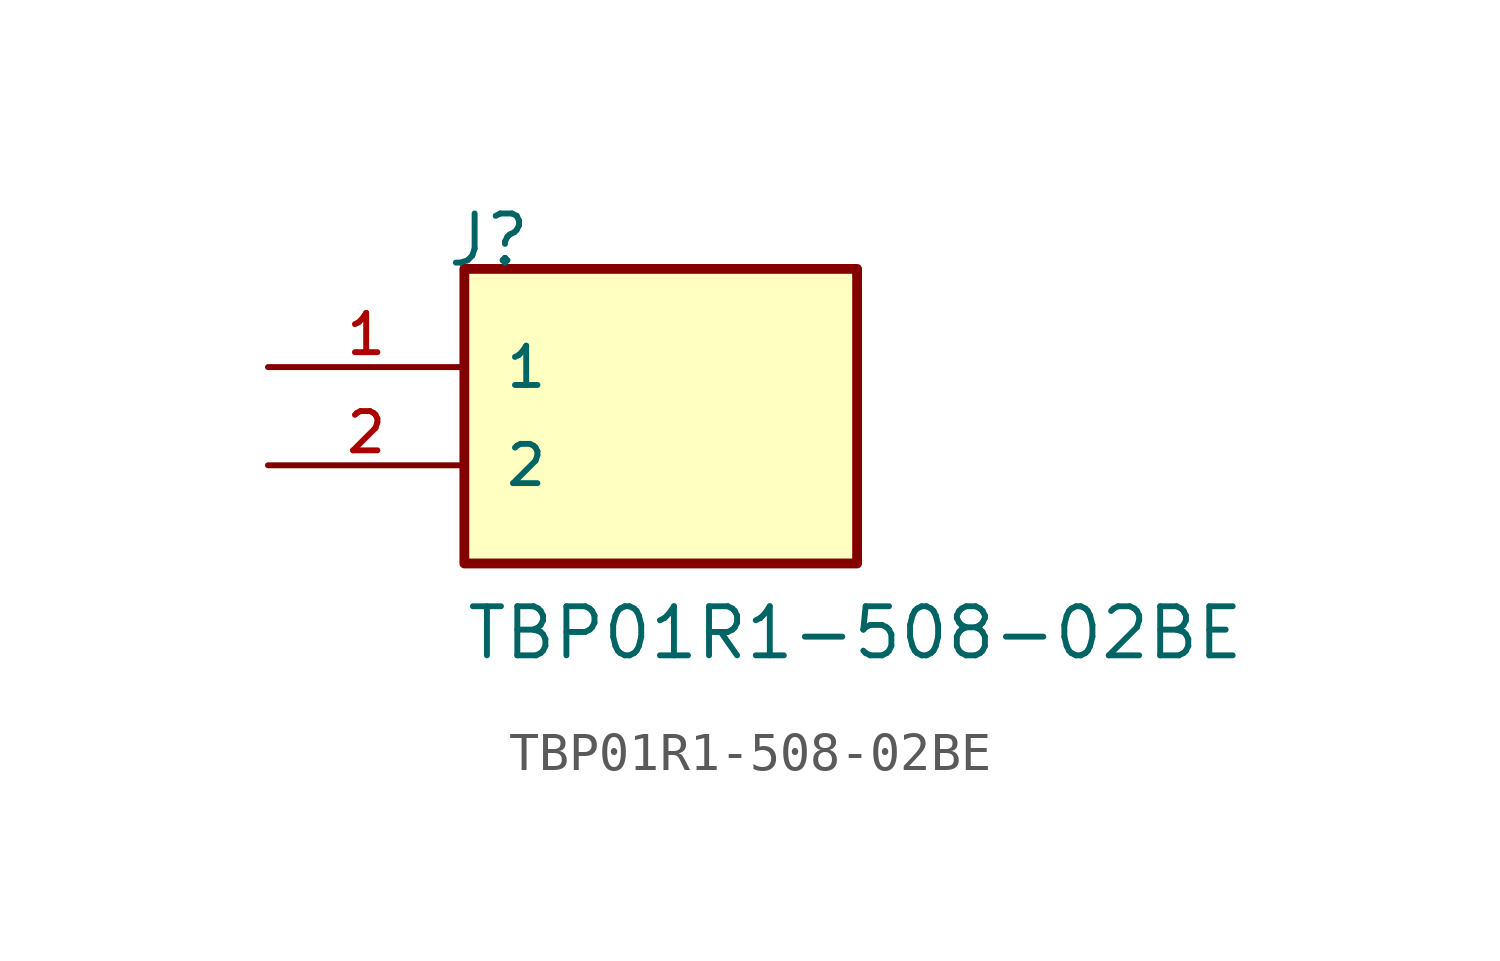
<source format=kicad_sym>
(kicad_symbol_lib
  (version 20211014)
  (generator kicad_symbol_editor)
  (symbol "TBP01R1-508-02BE"
    (pin_names
      (offset 1.016))
    (property "Reference" "J"
      (at -5.58 5.08 0)
      (effects (font (size 1.27 1.27)) (justify bottom left)))
    (property "Value" "TBP01R1-508-02BE"
      (at -5.08 -5.08 0)
      (effects (font (size 1.27 1.27)) (justify bottom left)))
    (symbol "TBP01R1-508-02BE_0_0"
      (rectangle (start -5.08 -2.54) (end 5.08 5.08) (stroke (width 0.254)) (fill (type background)))
      (pin passive line (at -10.16 2.54 0) (length 5.08) (name "1" (effects (font (size 1.016 1.016)))) (number "1" (effects (font (size 1.016 1.016)))))
      (pin passive line (at -10.16 0.0 0) (length 5.08) (name "2" (effects (font (size 1.016 1.016)))) (number "2" (effects (font (size 1.016 1.016))))))))
</source>
